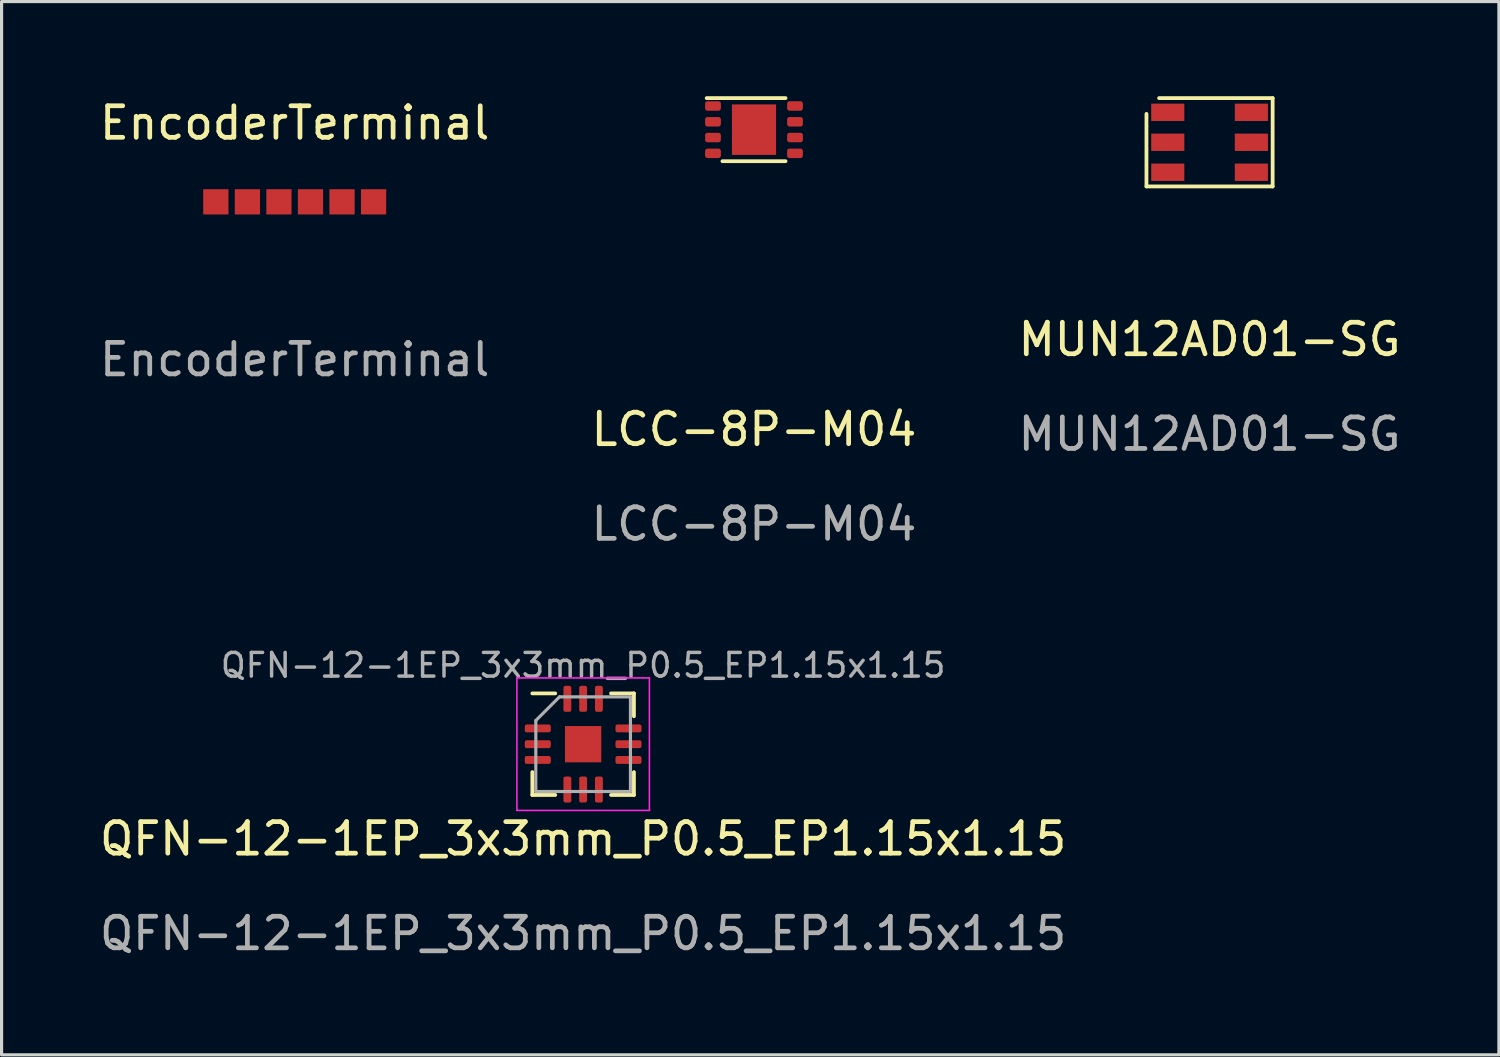
<source format=kicad_pcb>
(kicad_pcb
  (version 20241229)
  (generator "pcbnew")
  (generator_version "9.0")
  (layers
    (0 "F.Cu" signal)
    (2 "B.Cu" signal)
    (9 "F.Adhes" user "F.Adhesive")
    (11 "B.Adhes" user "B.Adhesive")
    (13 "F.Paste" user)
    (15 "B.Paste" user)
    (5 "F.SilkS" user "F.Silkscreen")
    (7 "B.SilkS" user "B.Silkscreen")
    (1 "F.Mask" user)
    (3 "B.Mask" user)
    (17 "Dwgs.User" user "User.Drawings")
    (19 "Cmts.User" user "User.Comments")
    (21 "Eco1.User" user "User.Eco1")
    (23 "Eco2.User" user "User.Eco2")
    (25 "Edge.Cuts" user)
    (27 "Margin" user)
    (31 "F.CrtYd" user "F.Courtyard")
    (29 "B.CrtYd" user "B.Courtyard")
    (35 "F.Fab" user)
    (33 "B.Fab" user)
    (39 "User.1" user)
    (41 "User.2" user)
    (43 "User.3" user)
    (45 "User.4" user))
  (footprint "EncoderTerminal"
    (layer "F.Cu")
    (at 6.292 3.348)
    (property "Reference" "EncoderTerminal" (at 0 -2.5 0) (unlocked yes) (layer "F.SilkS") (effects (font (size 1 1) (thickness 0.15))))
    (attr smd)
    (fp_text user "${REFERENCE}" (at 0 5 0) (unlocked yes) (layer "F.Fab") (effects (font (size 1 1) (thickness 0.15))))
    (pad "1" smd rect (at -2.5 0) (size 0.8 0.8) (layers "F.Cu" "F.Mask" "F.Paste"))
    (pad "2" smd rect (at -1.5 0) (size 0.8 0.8) (layers "F.Cu" "F.Mask" "F.Paste"))
    (pad "3" smd rect (at -0.5 0) (size 0.8 0.8) (layers "F.Cu" "F.Mask" "F.Paste"))
    (pad "4" smd rect (at 0.5 0) (size 0.8 0.8) (layers "F.Cu" "F.Mask" "F.Paste"))
    (pad "5" smd rect (at 1.5 0) (size 0.8 0.8) (layers "F.Cu" "F.Mask" "F.Paste"))
    (pad "6" smd rect (at 2.5 0) (size 0.8 0.8) (layers "F.Cu" "F.Mask" "F.Paste")))
  (footprint "MUN12AD01-SG"
    (layer "F.Cu")
    (at 35.292 1.46)
    (property "Reference" "MUN12AD01-SG" (at 0 6.25 0) (unlocked yes) (layer "F.SilkS") (effects (font (size 1 1) (thickness 0.15))))
    (attr smd)
    (fp_line (start -2 1.4) (end -2 -0.9) (stroke (width 0.12) (type default)) (layer "F.SilkS"))
    (fp_line (start 2 -1.4) (end -1.6 -1.4) (stroke (width 0.12) (type default)) (layer "F.SilkS"))
    (fp_line (start 2 -1.4) (end 2 1.4) (stroke (width 0.12) (type default)) (layer "F.SilkS"))
    (fp_line (start 2 1.4) (end -2 1.4) (stroke (width 0.12) (type default)) (layer "F.SilkS"))
    (fp_text user "${REFERENCE}" (at 0 9.25 0) (unlocked yes) (layer "F.Fab") (effects (font (size 1 1) (thickness 0.15))))
    (pad "1" smd rect (at -1.325 -0.95) (size 1.05 0.55) (layers "F.Cu" "F.Mask" "F.Paste"))
    (pad "2" smd rect (at -1.325 0) (size 1.05 0.55) (layers "F.Cu" "F.Mask" "F.Paste"))
    (pad "3" smd rect (at -1.325 0.95) (size 1.05 0.55) (layers "F.Cu" "F.Mask" "F.Paste"))
    (pad "4" smd rect (at 1.325 0.95) (size 1.05 0.55) (layers "F.Cu" "F.Mask" "F.Paste"))
    (pad "5" smd rect (at 1.325 0) (size 1.05 0.55) (layers "F.Cu" "F.Mask" "F.Paste"))
    (pad "6" smd rect (at 1.325 -0.95) (size 1.05 0.55) (layers "F.Cu" "F.Mask" "F.Paste")))
  (footprint "QFN-12-1EP_3x3mm_P0.5_EP1.15x1.15"
    (layer "F.Cu")
    (at 15.435 20.54)
    (property "Reference" "QFN-12-1EP_3x3mm_P0.5_EP1.15x1.15" (at 0 3 0) (unlocked yes) (layer "F.SilkS") (effects (font (size 1 1) (thickness 0.15))))
    (attr smd)
    (fp_line (start -1.61 1.61) (end -1.61 0.885) (stroke (width 0.12) (type solid)) (layer "F.SilkS"))
    (fp_line (start -0.885 -1.61) (end -1.61 -1.61) (stroke (width 0.12) (type solid)) (layer "F.SilkS"))
    (fp_line (start -0.885 1.61) (end -1.61 1.61) (stroke (width 0.12) (type solid)) (layer "F.SilkS"))
    (fp_line (start 0.885 -1.61) (end 1.61 -1.61) (stroke (width 0.12) (type solid)) (layer "F.SilkS"))
    (fp_line (start 0.885 1.61) (end 1.61 1.61) (stroke (width 0.12) (type solid)) (layer "F.SilkS"))
    (fp_line (start 1.61 -1.61) (end 1.61 -0.885) (stroke (width 0.12) (type solid)) (layer "F.SilkS"))
    (fp_line (start 1.61 1.61) (end 1.61 0.885) (stroke (width 0.12) (type solid)) (layer "F.SilkS"))
    (fp_line (start -2.1 -2.1) (end -2.1 2.1) (stroke (width 0.05) (type solid)) (layer "F.CrtYd"))
    (fp_line (start -2.1 2.1) (end 2.1 2.1) (stroke (width 0.05) (type solid)) (layer "F.CrtYd"))
    (fp_line (start 2.1 -2.1) (end -2.1 -2.1) (stroke (width 0.05) (type solid)) (layer "F.CrtYd"))
    (fp_line (start 2.1 2.1) (end 2.1 -2.1) (stroke (width 0.05) (type solid)) (layer "F.CrtYd"))
    (fp_line (start -1.5 -0.75) (end -0.75 -1.5) (stroke (width 0.1) (type solid)) (layer "F.Fab"))
    (fp_line (start -1.5 1.5) (end -1.5 -0.75) (stroke (width 0.1) (type solid)) (layer "F.Fab"))
    (fp_line (start -0.75 -1.5) (end 1.5 -1.5) (stroke (width 0.1) (type solid)) (layer "F.Fab"))
    (fp_line (start 1.5 -1.5) (end 1.5 1.5) (stroke (width 0.1) (type solid)) (layer "F.Fab"))
    (fp_line (start 1.5 1.5) (end -1.5 1.5) (stroke (width 0.1) (type solid)) (layer "F.Fab"))
    (fp_text user "${REFERENCE}" (at 0 6 0) (unlocked yes) (layer "F.Fab") (effects (font (size 1 1) (thickness 0.15))))
    (fp_text user "${REFERENCE}" (at 0 -2.5 0) (layer "F.Fab") (effects (font (size 0.75 0.75) (thickness 0.11))))
    (pad "1" smd roundrect (at -1.438 -0.5) (size 0.825 0.25) (layers "F.Cu" "F.Mask" "F.Paste") (roundrect_rratio 0.25))
    (pad "2" smd roundrect (at -1.438 0) (size 0.825 0.25) (layers "F.Cu" "F.Mask" "F.Paste") (roundrect_rratio 0.25))
    (pad "3" smd roundrect (at -1.438 0.5) (size 0.825 0.25) (layers "F.Cu" "F.Mask" "F.Paste") (roundrect_rratio 0.25))
    (pad "4" smd roundrect (at -0.5 1.438) (size 0.25 0.825) (layers "F.Cu" "F.Mask" "F.Paste") (roundrect_rratio 0.25))
    (pad "5" smd roundrect (at 0 1.438) (size 0.25 0.825) (layers "F.Cu" "F.Mask" "F.Paste") (roundrect_rratio 0.25))
    (pad "6" smd roundrect (at 0.5 1.438) (size 0.25 0.825) (layers "F.Cu" "F.Mask" "F.Paste") (roundrect_rratio 0.25))
    (pad "7" smd roundrect (at 1.438 0.5) (size 0.825 0.25) (layers "F.Cu" "F.Mask" "F.Paste") (roundrect_rratio 0.25))
    (pad "8" smd roundrect (at 1.438 0) (size 0.825 0.25) (layers "F.Cu" "F.Mask" "F.Paste") (roundrect_rratio 0.25))
    (pad "9" smd roundrect (at 1.438 -0.5) (size 0.825 0.25) (layers "F.Cu" "F.Mask" "F.Paste") (roundrect_rratio 0.25))
    (pad "10" smd roundrect (at 0.5 -1.438) (size 0.25 0.825) (layers "F.Cu" "F.Mask" "F.Paste") (roundrect_rratio 0.25))
    (pad "11" smd roundrect (at 0 -1.438) (size 0.25 0.825) (layers "F.Cu" "F.Mask" "F.Paste") (roundrect_rratio 0.25))
    (pad "12" smd roundrect (at -0.5 -1.438) (size 0.25 0.825) (layers "F.Cu" "F.Mask" "F.Paste") (roundrect_rratio 0.25))
    (pad "13" smd rect (at 0 0) (size 1.15 1.15) (layers "F.Cu" "F.Mask")))
  (footprint "LCC-8P-M04"
    (layer "F.Cu")
    (at 20.851 1.06)
    (property "Reference" "LCC-8P-M04" (at 0 9.5 0) (unlocked yes) (layer "F.SilkS") (effects (font (size 1 1) (thickness 0.15))))
    (attr smd)
    (fp_line (start -1.5 -1) (end 1 -1) (stroke (width 0.12) (type default)) (layer "F.SilkS"))
    (fp_line (start -1 1) (end 1 1) (stroke (width 0.12) (type default)) (layer "F.SilkS"))
    (fp_text user "${REFERENCE}" (at 0 12.5 0) (unlocked yes) (layer "F.Fab") (effects (font (size 1 1) (thickness 0.15))))
    (pad "1" smd roundrect (at -1.3 -0.75) (size 0.5 0.3) (layers "F.Cu" "F.Mask" "F.Paste") (roundrect_rratio 0.25))
    (pad "2" smd roundrect (at -1.3 -0.25) (size 0.5 0.3) (layers "F.Cu" "F.Mask" "F.Paste") (roundrect_rratio 0.25))
    (pad "3" smd roundrect (at -1.3 0.25) (size 0.5 0.3) (layers "F.Cu" "F.Mask" "F.Paste") (roundrect_rratio 0.25))
    (pad "4" smd roundrect (at -1.3 0.75) (size 0.5 0.3) (layers "F.Cu" "F.Mask" "F.Paste") (roundrect_rratio 0.25))
    (pad "5" smd roundrect (at 1.3 0.75) (size 0.5 0.3) (layers "F.Cu" "F.Mask" "F.Paste") (roundrect_rratio 0.25))
    (pad "6" smd roundrect (at 1.3 0.25) (size 0.5 0.3) (layers "F.Cu" "F.Mask" "F.Paste") (roundrect_rratio 0.25))
    (pad "7" smd roundrect (at 1.3 -0.25) (size 0.5 0.3) (layers "F.Cu" "F.Mask" "F.Paste") (roundrect_rratio 0.25))
    (pad "8" smd roundrect (at 1.3 -0.75) (size 0.5 0.3) (layers "F.Cu" "F.Mask" "F.Paste") (roundrect_rratio 0.25))
    (pad "EP" smd rect (at 0 0) (size 1.4 1.6) (layers "F.Cu" "F.Mask" "F.Paste")))
  (gr_rect
    (start -3 -3)
    (end 44.464 30.388)
    (stroke (width 0.1) (type default))
    (fill no)
    (layer "Edge.Cuts")))
</source>
